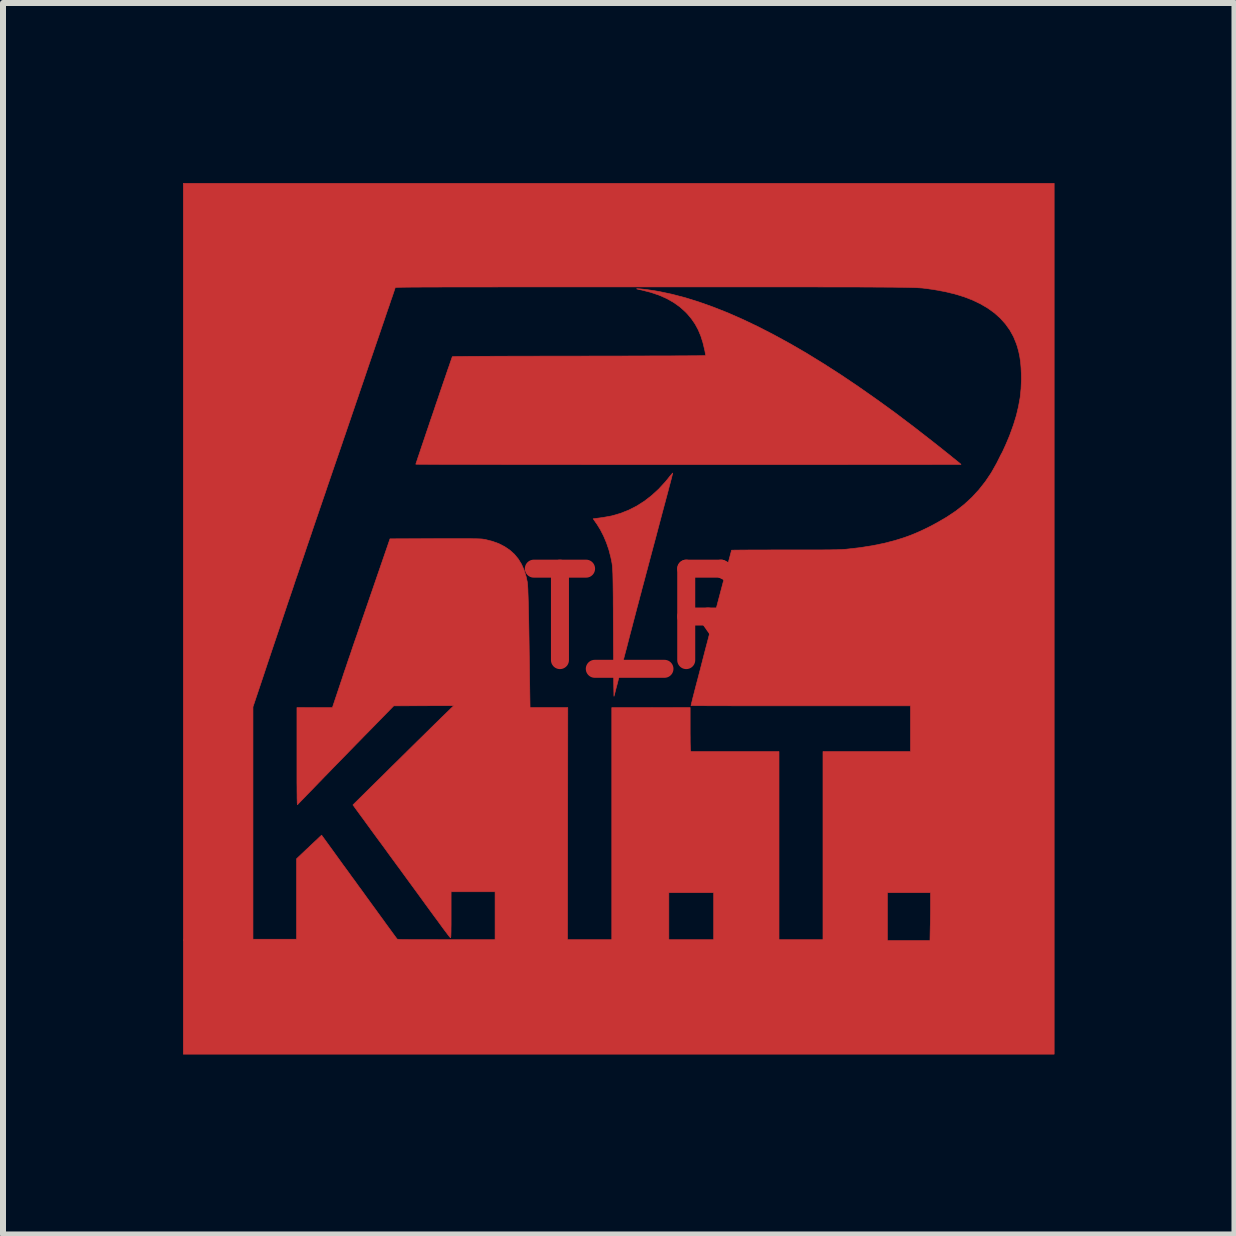
<source format=kicad_pcb>
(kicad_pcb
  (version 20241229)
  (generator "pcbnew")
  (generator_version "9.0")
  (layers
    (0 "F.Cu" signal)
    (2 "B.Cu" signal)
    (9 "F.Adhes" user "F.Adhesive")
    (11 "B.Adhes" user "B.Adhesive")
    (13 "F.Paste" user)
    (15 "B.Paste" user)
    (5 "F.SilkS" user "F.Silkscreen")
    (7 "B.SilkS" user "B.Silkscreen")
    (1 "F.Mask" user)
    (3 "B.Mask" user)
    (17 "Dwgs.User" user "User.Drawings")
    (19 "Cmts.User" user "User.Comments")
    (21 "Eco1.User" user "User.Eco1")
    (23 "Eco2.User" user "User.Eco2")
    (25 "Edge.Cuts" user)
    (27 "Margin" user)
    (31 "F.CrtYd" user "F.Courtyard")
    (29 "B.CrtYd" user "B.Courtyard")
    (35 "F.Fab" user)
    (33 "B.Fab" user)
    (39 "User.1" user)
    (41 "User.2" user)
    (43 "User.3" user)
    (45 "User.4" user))
  (footprint "KIT_RP"
    (layer "F.Cu")
    (at 7.262 7.262)
    (property "Reference" "KIT_RP" (at 0 0 0) (layer "F.Cu") (effects (font (size 1.524 1.524) (thickness 0.3))))
    (attr through_hole)
    (fp_poly (pts (xy 0.898 -2.42) (xy 0.893 -2.401) (xy 0.886 -2.372) (xy 0.877 -2.335) (xy 0.866 -2.294) (xy 0.865 -2.288) (xy 0.856 -2.255) (xy 0.843 -2.209) (xy 0.829 -2.153) (xy 0.812 -2.089) (xy 0.793 -2.018) (xy 0.773 -1.943) (xy 0.752 -1.865) (xy 0.731 -1.786) (xy 0.722 -1.753) (xy 0.699 -1.666) (xy 0.673 -1.568) (xy 0.645 -1.462) (xy 0.616 -1.352) (xy 0.586 -1.241) (xy 0.557 -1.132) (xy 0.529 -1.028) (xy 0.504 -0.933) (xy 0.5 -0.918) (xy 0.478 -0.834) (xy 0.455 -0.749) (xy 0.433 -0.665) (xy 0.411 -0.583) (xy 0.39 -0.506) (xy 0.372 -0.435) (xy 0.355 -0.374) (xy 0.342 -0.322) (xy 0.334 -0.294) (xy 0.321 -0.243) (xy 0.304 -0.18) (xy 0.285 -0.107) (xy 0.263 -0.023) (xy 0.239 0.068) (xy 0.214 0.165) (xy 0.187 0.266) (xy 0.16 0.371) (xy 0.133 0.477) (xy 0.105 0.582) (xy 0.078 0.686) (xy 0.052 0.787) (xy 0.027 0.882) (xy 0.004 0.971) (xy -0.007 1.016) (xy -0.022 1.076) (xy -0.037 1.131) (xy -0.05 1.181) (xy -0.061 1.224) (xy -0.07 1.258) (xy -0.076 1.281) (xy -0.079 1.292) (xy -0.08 1.287) (xy -0.081 1.268) (xy -0.081 1.236) (xy -0.082 1.193) (xy -0.083 1.137) (xy -0.084 1.072) (xy -0.084 0.996) (xy -0.085 0.912) (xy -0.086 0.819) (xy -0.087 0.719) (xy -0.087 0.612) (xy -0.088 0.499) (xy -0.089 0.381) (xy -0.089 0.259) (xy -0.089 0.254) (xy -0.09 0.106) (xy -0.091 -0.028) (xy -0.091 -0.149) (xy -0.092 -0.258) (xy -0.092 -0.356) (xy -0.093 -0.443) (xy -0.094 -0.52) (xy -0.095 -0.589) (xy -0.096 -0.649) (xy -0.097 -0.701) (xy -0.098 -0.747) (xy -0.1 -0.787) (xy -0.102 -0.822) (xy -0.104 -0.852) (xy -0.106 -0.879) (xy -0.109 -0.903) (xy -0.112 -0.926) (xy -0.116 -0.947) (xy -0.12 -0.967) (xy -0.124 -0.988) (xy -0.129 -1.01) (xy -0.134 -1.034) (xy -0.135 -1.036) (xy -0.165 -1.152) (xy -0.205 -1.268) (xy -0.252 -1.379) (xy -0.306 -1.484) (xy -0.364 -1.578) (xy -0.373 -1.59) (xy -0.426 -1.666) (xy -0.389 -1.671) (xy -0.367 -1.674) (xy -0.334 -1.678) (xy -0.297 -1.683) (xy -0.266 -1.687) (xy -0.118 -1.714) (xy 0.025 -1.755) (xy 0.163 -1.809) (xy 0.297 -1.877) (xy 0.425 -1.958) (xy 0.547 -2.052) (xy 0.664 -2.159) (xy 0.775 -2.279) (xy 0.825 -2.34) (xy 0.849 -2.371) (xy 0.87 -2.396) (xy 0.887 -2.415) (xy 0.896 -2.426) (xy 0.899 -2.428) (xy 0.898 -2.42)) (stroke (width 0.01) (type solid)) (fill yes) (layer "F.Cu"))
    (fp_poly (pts (xy 0.338 -5.499) (xy 0.375 -5.496) (xy 0.42 -5.491) (xy 0.471 -5.485) (xy 0.526 -5.477) (xy 0.582 -5.469) (xy 0.636 -5.46) (xy 0.671 -5.454) (xy 0.888 -5.408) (xy 1.11 -5.35) (xy 1.34 -5.278) (xy 1.576 -5.194) (xy 1.819 -5.098) (xy 2.069 -4.988) (xy 2.325 -4.866) (xy 2.587 -4.731) (xy 2.856 -4.584) (xy 3.132 -4.424) (xy 3.413 -4.251) (xy 3.701 -4.066) (xy 3.995 -3.868) (xy 4.296 -3.657) (xy 4.603 -3.435) (xy 4.915 -3.199) (xy 5.234 -2.951) (xy 5.381 -2.835) (xy 5.453 -2.777) (xy 5.515 -2.728) (xy 5.566 -2.686) (xy 5.609 -2.652) (xy 5.642 -2.625) (xy 5.668 -2.604) (xy 5.686 -2.589) (xy 5.698 -2.579) (xy 5.703 -2.573) (xy 5.704 -2.572) (xy 5.697 -2.571) (xy 5.676 -2.571) (xy 5.641 -2.571) (xy 5.592 -2.571) (xy 5.531 -2.571) (xy 5.457 -2.571) (xy 5.371 -2.571) (xy 5.273 -2.571) (xy 5.163 -2.57) (xy 5.043 -2.57) (xy 4.912 -2.57) (xy 4.771 -2.57) (xy 4.62 -2.57) (xy 4.459 -2.57) (xy 4.29 -2.57) (xy 4.111 -2.57) (xy 3.925 -2.57) (xy 3.73 -2.569) (xy 3.528 -2.569) (xy 3.319 -2.569) (xy 3.103 -2.569) (xy 2.881 -2.569) (xy 2.653 -2.569) (xy 2.419 -2.569) (xy 2.18 -2.569) (xy 1.936 -2.569) (xy 1.688 -2.569) (xy 1.435 -2.569) (xy 1.179 -2.569) (xy 1.161 -2.569) (xy 0.862 -2.569) (xy 0.571 -2.569) (xy 0.287 -2.569) (xy 0.013 -2.569) (xy -0.253 -2.569) (xy -0.51 -2.569) (xy -0.757 -2.57) (xy -0.995 -2.57) (xy -1.223 -2.57) (xy -1.442 -2.57) (xy -1.65 -2.57) (xy -1.847 -2.57) (xy -2.034 -2.571) (xy -2.21 -2.571) (xy -2.374 -2.571) (xy -2.527 -2.572) (xy -2.668 -2.572) (xy -2.798 -2.572) (xy -2.915 -2.572) (xy -3.019 -2.573) (xy -3.111 -2.573) (xy -3.19 -2.574) (xy -3.256 -2.574) (xy -3.308 -2.574) (xy -3.347 -2.575) (xy -3.371 -2.575) (xy -3.381 -2.576) (xy -3.382 -2.576) (xy -3.38 -2.584) (xy -3.373 -2.605) (xy -3.362 -2.637) (xy -3.348 -2.68) (xy -3.33 -2.733) (xy -3.309 -2.795) (xy -3.286 -2.865) (xy -3.26 -2.941) (xy -3.232 -3.024) (xy -3.203 -3.111) (xy -3.172 -3.201) (xy -3.141 -3.295) (xy -3.108 -3.39) (xy -3.075 -3.487) (xy -3.043 -3.583) (xy -3.01 -3.678) (xy -2.979 -3.771) (xy -2.948 -3.861) (xy -2.919 -3.946) (xy -2.891 -4.027) (xy -2.866 -4.101) (xy -2.843 -4.168) (xy -2.822 -4.227) (xy -2.805 -4.278) (xy -2.791 -4.318) (xy -2.781 -4.347) (xy -2.775 -4.363) (xy -2.773 -4.367) (xy -2.767 -4.368) (xy -2.75 -4.369) (xy -2.722 -4.37) (xy -2.682 -4.371) (xy -2.631 -4.371) (xy -2.568 -4.372) (xy -2.492 -4.373) (xy -2.405 -4.373) (xy -2.305 -4.374) (xy -2.193 -4.374) (xy -2.067 -4.375) (xy -1.929 -4.375) (xy -1.778 -4.376) (xy -1.613 -4.376) (xy -1.434 -4.376) (xy -1.242 -4.377) (xy -1.036 -4.377) (xy -0.815 -4.377) (xy -0.662 -4.377) (xy -0.428 -4.378) (xy -0.209 -4.378) (xy -0.004 -4.378) (xy 0.187 -4.379) (xy 0.364 -4.379) (xy 0.527 -4.38) (xy 0.677 -4.38) (xy 0.812 -4.38) (xy 0.935 -4.381) (xy 1.043 -4.382) (xy 1.139 -4.382) (xy 1.221 -4.383) (xy 1.291 -4.383) (xy 1.347 -4.384) (xy 1.391 -4.385) (xy 1.422 -4.386) (xy 1.441 -4.386) (xy 1.447 -4.387) (xy 1.447 -4.397) (xy 1.444 -4.418) (xy 1.439 -4.446) (xy 1.433 -4.478) (xy 1.403 -4.602) (xy 1.367 -4.715) (xy 1.324 -4.817) (xy 1.273 -4.911) (xy 1.213 -4.998) (xy 1.144 -5.081) (xy 1.11 -5.116) (xy 1.018 -5.198) (xy 0.914 -5.272) (xy 0.799 -5.337) (xy 0.672 -5.393) (xy 0.533 -5.44) (xy 0.383 -5.478) (xy 0.36 -5.483) (xy 0.327 -5.49) (xy 0.306 -5.495) (xy 0.298 -5.498) (xy 0.301 -5.5) (xy 0.314 -5.5) (xy 0.338 -5.499)) (stroke (width 0.01) (type solid)) (fill yes) (layer "F.Cu"))
    (fp_poly (pts (xy 7.257 7.257) (xy -7.257 7.257) (xy -7.257 1.469) (xy -6.096 1.469) (xy -6.096 5.341) (xy -5.37 5.341) (xy -5.37 4.001) (xy -5.198 3.838) (xy -5.154 3.797) (xy -5.113 3.758) (xy -5.074 3.721) (xy -5.04 3.69) (xy -5.013 3.664) (xy -4.994 3.646) (xy -4.989 3.641) (xy -4.952 3.607) (xy -4.735 3.906) (xy -4.689 3.97) (xy -4.642 4.035) (xy -4.596 4.099) (xy -4.551 4.16) (xy -4.51 4.216) (xy -4.474 4.266) (xy -4.444 4.308) (xy -4.423 4.336) (xy -4.402 4.364) (xy -4.374 4.403) (xy -4.34 4.451) (xy -4.299 4.506) (xy -4.254 4.568) (xy -4.206 4.635) (xy -4.155 4.705) (xy -4.102 4.778) (xy -4.048 4.852) (xy -4.017 4.895) (xy -3.966 4.965) (xy -3.917 5.032) (xy -3.872 5.095) (xy -3.83 5.152) (xy -3.792 5.204) (xy -3.76 5.248) (xy -3.733 5.285) (xy -3.713 5.312) (xy -3.7 5.329) (xy -3.695 5.336) (xy -3.693 5.338) (xy -3.689 5.34) (xy -3.683 5.341) (xy -3.673 5.342) (xy -3.66 5.344) (xy -3.642 5.345) (xy -3.618 5.346) (xy -3.588 5.346) (xy -3.551 5.347) (xy -3.506 5.347) (xy -3.452 5.348) (xy -3.388 5.348) (xy -3.314 5.348) (xy -3.229 5.348) (xy -3.132 5.348) (xy -3.022 5.348) (xy -2.899 5.349) (xy -2.873 5.349) (xy -2.061 5.349) (xy -2.061 4.55) (xy -2.794 4.55) (xy -2.794 4.935) (xy -2.794 5.023) (xy -2.794 5.097) (xy -2.795 5.159) (xy -2.795 5.209) (xy -2.796 5.248) (xy -2.797 5.277) (xy -2.798 5.298) (xy -2.8 5.311) (xy -2.802 5.317) (xy -2.803 5.318) (xy -2.807 5.314) (xy -2.816 5.305) (xy -2.829 5.289) (xy -2.847 5.266) (xy -2.87 5.235) (xy -2.899 5.197) (xy -2.934 5.15) (xy -2.975 5.094) (xy -3.022 5.029) (xy -3.077 4.955) (xy -3.14 4.869) (xy -3.21 4.773) (xy -3.282 4.674) (xy -3.332 4.605) (xy -3.383 4.535) (xy -3.435 4.464) (xy -3.485 4.396) (xy -3.533 4.33) (xy -3.576 4.271) (xy -3.614 4.219) (xy -3.645 4.176) (xy -3.65 4.169) (xy -3.7 4.102) (xy -3.756 4.025) (xy -3.82 3.938) (xy -3.888 3.844) (xy -3.961 3.744) (xy -4.038 3.64) (xy -4.117 3.532) (xy -4.197 3.422) (xy -4.277 3.312) (xy -4.282 3.306) (xy -4.43 3.103) (xy -4.06 2.737) (xy -3.971 2.65) (xy -3.881 2.561) (xy -3.791 2.471) (xy -3.7 2.382) (xy -3.61 2.293) (xy -3.522 2.206) (xy -3.435 2.12) (xy -3.352 2.038) (xy -3.271 1.959) (xy -3.195 1.884) (xy -3.124 1.814) (xy -3.058 1.749) (xy -2.998 1.691) (xy -2.946 1.639) (xy -2.9 1.595) (xy -2.863 1.559) (xy -2.835 1.532) (xy -2.817 1.515) (xy -2.817 1.514) (xy -2.792 1.49) (xy -2.771 1.47) (xy -2.757 1.456) (xy -2.751 1.449) (xy -2.752 1.449) (xy -2.759 1.449) (xy -2.78 1.449) (xy -2.813 1.449) (xy -2.857 1.449) (xy -2.911 1.449) (xy -2.973 1.449) (xy -3.043 1.449) (xy -3.119 1.449) (xy -3.2 1.45) (xy -3.252 1.45) (xy -3.75 1.452) (xy -4.17 1.882) (xy -4.238 1.951) (xy -4.306 2.021) (xy -4.373 2.089) (xy -4.437 2.155) (xy -4.498 2.217) (xy -4.554 2.275) (xy -4.605 2.327) (xy -4.649 2.372) (xy -4.685 2.409) (xy -4.713 2.437) (xy -4.717 2.442) (xy -4.743 2.468) (xy -4.776 2.502) (xy -4.814 2.542) (xy -4.857 2.586) (xy -4.904 2.634) (xy -4.953 2.685) (xy -5.004 2.737) (xy -5.055 2.79) (xy -5.105 2.842) (xy -5.154 2.892) (xy -5.2 2.939) (xy -5.241 2.982) (xy -5.278 3.02) (xy -5.309 3.052) (xy -5.333 3.077) (xy -5.348 3.093) (xy -5.353 3.099) (xy -5.355 3.098) (xy -5.356 3.094) (xy -5.357 3.084) (xy -5.359 3.068) (xy -5.359 3.046) (xy -5.36 3.016) (xy -5.361 2.978) (xy -5.361 2.932) (xy -5.362 2.876) (xy -5.362 2.809) (xy -5.363 2.732) (xy -5.363 2.643) (xy -5.363 2.542) (xy -5.363 2.428) (xy -5.363 2.3) (xy -5.363 1.48) (xy -5.068 1.481) (xy -4.772 1.481) (xy -4.639 1.083) (xy -4.611 1) (xy -4.58 0.905) (xy -4.545 0.803) (xy -4.509 0.695) (xy -4.471 0.586) (xy -4.435 0.478) (xy -4.399 0.373) (xy -4.365 0.276) (xy -4.35 0.232) (xy -4.321 0.147) (xy -4.288 0.05) (xy -4.251 -0.056) (xy -4.213 -0.167) (xy -4.173 -0.283) (xy -4.133 -0.4) (xy -4.093 -0.515) (xy -4.055 -0.626) (xy -4.019 -0.731) (xy -4.003 -0.777) (xy -3.812 -1.332) (xy -3.056 -1.334) (xy -2.935 -1.334) (xy -2.827 -1.334) (xy -2.732 -1.334) (xy -2.648 -1.334) (xy -2.576 -1.334) (xy -2.513 -1.334) (xy -2.46 -1.334) (xy -2.415 -1.333) (xy -2.377 -1.333) (xy -2.345 -1.332) (xy -2.319 -1.331) (xy -2.298 -1.33) (xy -2.28 -1.329) (xy -2.265 -1.327) (xy -2.252 -1.325) (xy -2.24 -1.323) (xy -2.228 -1.321) (xy -2.226 -1.321) (xy -2.107 -1.291) (xy -1.999 -1.252) (xy -1.902 -1.202) (xy -1.815 -1.143) (xy -1.739 -1.075) (xy -1.674 -0.996) (xy -1.62 -0.908) (xy -1.576 -0.809) (xy -1.543 -0.701) (xy -1.524 -0.612) (xy -1.522 -0.597) (xy -1.52 -0.577) (xy -1.518 -0.553) (xy -1.516 -0.522) (xy -1.514 -0.486) (xy -1.513 -0.443) (xy -1.511 -0.393) (xy -1.509 -0.335) (xy -1.507 -0.269) (xy -1.505 -0.194) (xy -1.503 -0.11) (xy -1.501 -0.016) (xy -1.499 0.088) (xy -1.497 0.203) (xy -1.495 0.329) (xy -1.493 0.467) (xy -1.491 0.617) (xy -1.488 0.781) (xy -1.486 0.958) (xy -1.483 1.148) (xy -1.483 1.159) (xy -1.478 1.48) (xy -0.849 1.48) (xy -0.851 3.414) (xy -0.853 5.349) (xy -0.116 5.349) (xy -0.116 4.565) (xy 0.835 4.565) (xy 0.835 5.349) (xy 1.582 5.349) (xy 1.582 4.565) (xy 0.835 4.565) (xy -0.116 4.565) (xy -0.116 1.481) (xy 0.537 1.481) (xy 1.19 1.48) (xy 1.19 1.828) (xy 1.19 1.908) (xy 1.191 1.981) (xy 1.191 2.044) (xy 1.192 2.098) (xy 1.194 2.141) (xy 1.195 2.173) (xy 1.196 2.191) (xy 1.197 2.195) (xy 1.204 2.213) (xy 2.671 2.213) (xy 2.671 5.349) (xy 3.404 5.349) (xy 3.404 4.565) (xy 4.478 4.565) (xy 4.478 5.363) (xy 5.187 5.363) (xy 5.191 5.144) (xy 5.193 5.077) (xy 5.194 5.003) (xy 5.195 4.928) (xy 5.196 4.855) (xy 5.196 4.789) (xy 5.196 4.745) (xy 5.196 4.565) (xy 4.478 4.565) (xy 3.404 4.565) (xy 3.404 2.213) (xy 4.862 2.213) (xy 4.862 1.451) (xy 3.033 1.451) (xy 2.872 1.451) (xy 2.714 1.451) (xy 2.56 1.451) (xy 2.411 1.451) (xy 2.269 1.451) (xy 2.132 1.451) (xy 2.002 1.451) (xy 1.88 1.451) (xy 1.766 1.45) (xy 1.661 1.45) (xy 1.565 1.45) (xy 1.479 1.45) (xy 1.403 1.449) (xy 1.339 1.449) (xy 1.287 1.449) (xy 1.247 1.448) (xy 1.22 1.448) (xy 1.206 1.448) (xy 1.205 1.448) (xy 1.207 1.438) (xy 1.212 1.414) (xy 1.221 1.378) (xy 1.233 1.328) (xy 1.249 1.266) (xy 1.268 1.192) (xy 1.29 1.106) (xy 1.316 1.009) (xy 1.344 0.901) (xy 1.375 0.782) (xy 1.408 0.653) (xy 1.444 0.514) (xy 1.483 0.366) (xy 1.524 0.209) (xy 1.568 0.043) (xy 1.614 -0.131) (xy 1.662 -0.313) (xy 1.712 -0.502) (xy 1.764 -0.699) (xy 1.817 -0.902) (xy 1.825 -0.93) (xy 1.838 -0.983) (xy 1.851 -1.031) (xy 1.862 -1.073) (xy 1.871 -1.106) (xy 1.877 -1.13) (xy 1.879 -1.141) (xy 1.88 -1.142) (xy 1.887 -1.143) (xy 1.907 -1.143) (xy 1.941 -1.144) (xy 1.986 -1.144) (xy 2.043 -1.145) (xy 2.109 -1.145) (xy 2.185 -1.146) (xy 2.269 -1.146) (xy 2.361 -1.146) (xy 2.459 -1.146) (xy 2.563 -1.147) (xy 2.672 -1.147) (xy 2.767 -1.147) (xy 2.9 -1.147) (xy 3.02 -1.147) (xy 3.127 -1.147) (xy 3.222 -1.147) (xy 3.306 -1.147) (xy 3.38 -1.147) (xy 3.445 -1.148) (xy 3.502 -1.148) (xy 3.551 -1.149) (xy 3.594 -1.15) (xy 3.632 -1.15) (xy 3.665 -1.152) (xy 3.694 -1.153) (xy 3.72 -1.154) (xy 3.745 -1.156) (xy 3.768 -1.157) (xy 3.792 -1.159) (xy 3.809 -1.161) (xy 4.022 -1.185) (xy 4.224 -1.217) (xy 4.416 -1.256) (xy 4.6 -1.303) (xy 4.729 -1.343) (xy 4.805 -1.369) (xy 4.877 -1.396) (xy 4.948 -1.425) (xy 5.021 -1.457) (xy 5.098 -1.493) (xy 5.181 -1.534) (xy 5.273 -1.583) (xy 5.305 -1.6) (xy 5.468 -1.695) (xy 5.619 -1.796) (xy 5.759 -1.906) (xy 5.887 -2.024) (xy 6.004 -2.151) (xy 6.112 -2.288) (xy 6.21 -2.434) (xy 6.299 -2.592) (xy 6.329 -2.652) (xy 6.347 -2.688) (xy 6.362 -2.719) (xy 6.375 -2.743) (xy 6.383 -2.758) (xy 6.385 -2.761) (xy 6.391 -2.772) (xy 6.402 -2.795) (xy 6.416 -2.826) (xy 6.433 -2.863) (xy 6.452 -2.905) (xy 6.471 -2.949) (xy 6.489 -2.992) (xy 6.506 -3.033) (xy 6.52 -3.068) (xy 6.579 -3.231) (xy 6.627 -3.387) (xy 6.663 -3.539) (xy 6.69 -3.687) (xy 6.705 -3.835) (xy 6.711 -3.984) (xy 6.71 -4.079) (xy 6.705 -4.185) (xy 6.697 -4.28) (xy 6.684 -4.367) (xy 6.667 -4.449) (xy 6.645 -4.53) (xy 6.628 -4.582) (xy 6.58 -4.7) (xy 6.519 -4.81) (xy 6.446 -4.912) (xy 6.361 -5.007) (xy 6.263 -5.095) (xy 6.154 -5.174) (xy 6.032 -5.246) (xy 5.899 -5.31) (xy 5.754 -5.366) (xy 5.596 -5.414) (xy 5.427 -5.454) (xy 5.246 -5.487) (xy 5.203 -5.493) (xy 5.185 -5.495) (xy 5.169 -5.498) (xy 5.153 -5.5) (xy 5.138 -5.502) (xy 5.123 -5.504) (xy 5.107 -5.506) (xy 5.091 -5.508) (xy 5.075 -5.51) (xy 5.057 -5.512) (xy 5.037 -5.513) (xy 5.015 -5.515) (xy 4.991 -5.516) (xy 4.965 -5.518) (xy 4.935 -5.519) (xy 4.902 -5.52) (xy 4.865 -5.521) (xy 4.824 -5.522) (xy 4.778 -5.523) (xy 4.728 -5.524) (xy 4.672 -5.524) (xy 4.611 -5.525) (xy 4.544 -5.526) (xy 4.47 -5.526) (xy 4.39 -5.527) (xy 4.303 -5.527) (xy 4.209 -5.528) (xy 4.107 -5.528) (xy 3.996 -5.529) (xy 3.878 -5.529) (xy 3.75 -5.529) (xy 3.614 -5.529) (xy 3.467 -5.529) (xy 3.311 -5.53) (xy 3.145 -5.53) (xy 2.968 -5.53) (xy 2.781 -5.53) (xy 2.581 -5.53) (xy 2.371 -5.53) (xy 2.148 -5.53) (xy 1.913 -5.53) (xy 1.665 -5.53) (xy 1.404 -5.53) (xy 1.129 -5.53) (xy 0.841 -5.53) (xy 0.556 -5.53) (xy 0.257 -5.53) (xy -0.027 -5.53) (xy -0.297 -5.53) (xy -0.554 -5.53) (xy -0.798 -5.53) (xy -1.029 -5.53) (xy -1.247 -5.53) (xy -1.454 -5.53) (xy -1.648 -5.53) (xy -1.832 -5.53) (xy -2.004 -5.53) (xy -2.165 -5.529) (xy -2.316 -5.529) (xy -2.457 -5.529) (xy -2.588 -5.529) (xy -2.71 -5.529) (xy -2.823 -5.529) (xy -2.928 -5.529) (xy -3.023 -5.528) (xy -3.111 -5.528) (xy -3.192 -5.528) (xy -3.265 -5.528) (xy -3.331 -5.527) (xy -3.39 -5.527) (xy -3.444 -5.527) (xy -3.491 -5.526) (xy -3.533 -5.526) (xy -3.569 -5.525) (xy -3.601 -5.525) (xy -3.628 -5.524) (xy -3.651 -5.524) (xy -3.67 -5.523) (xy -3.685 -5.523) (xy -3.698 -5.522) (xy -3.707 -5.521) (xy -3.714 -5.52) (xy -3.719 -5.52) (xy -3.723 -5.519) (xy -3.724 -5.518) (xy -3.725 -5.517) (xy -3.728 -5.509) (xy -3.735 -5.487) (xy -3.746 -5.454) (xy -3.761 -5.41) (xy -3.779 -5.357) (xy -3.801 -5.295) (xy -3.824 -5.225) (xy -3.851 -5.148) (xy -3.879 -5.066) (xy -3.908 -4.979) (xy -3.937 -4.895) (xy -3.973 -4.789) (xy -4.012 -4.675) (xy -4.053 -4.556) (xy -4.094 -4.435) (xy -4.136 -4.313) (xy -4.177 -4.193) (xy -4.216 -4.077) (xy -4.253 -3.968) (xy -4.287 -3.869) (xy -4.315 -3.788) (xy -4.343 -3.704) (xy -4.372 -3.62) (xy -4.399 -3.54) (xy -4.425 -3.464) (xy -4.449 -3.394) (xy -4.47 -3.332) (xy -4.489 -3.277) (xy -4.504 -3.233) (xy -4.515 -3.2) (xy -4.52 -3.186) (xy -4.537 -3.136) (xy -4.558 -3.074) (xy -4.583 -3.002) (xy -4.611 -2.919) (xy -4.642 -2.829) (xy -4.675 -2.733) (xy -4.71 -2.631) (xy -4.746 -2.526) (xy -4.783 -2.418) (xy -4.82 -2.31) (xy -4.857 -2.202) (xy -4.892 -2.097) (xy -4.927 -1.996) (xy -4.96 -1.899) (xy -4.991 -1.809) (xy -5.019 -1.727) (xy -5.044 -1.654) (xy -5.065 -1.592) (xy -5.067 -1.586) (xy -5.096 -1.501) (xy -5.128 -1.405) (xy -5.163 -1.303) (xy -5.199 -1.198) (xy -5.234 -1.093) (xy -5.268 -0.992) (xy -5.3 -0.899) (xy -5.317 -0.849) (xy -5.35 -0.751) (xy -5.387 -0.645) (xy -5.425 -0.529) (xy -5.467 -0.405) (xy -5.513 -0.271) (xy -5.561 -0.127) (xy -5.613 0.028) (xy -5.669 0.195) (xy -5.729 0.373) (xy -5.793 0.563) (xy -5.861 0.766) (xy -5.933 0.983) (xy -5.933 0.983) (xy -6.096 1.469) (xy -7.257 1.469) (xy -7.257 -7.257) (xy 7.257 -7.257) (xy 7.257 7.257)) (stroke (width 0.01) (type solid)) (fill yes) (layer "F.Cu")))
  (gr_rect
    (start -3 -3)
    (end 17.524 17.524)
    (stroke (width 0.1) (type default))
    (fill no)
    (layer "Edge.Cuts")))
</source>
